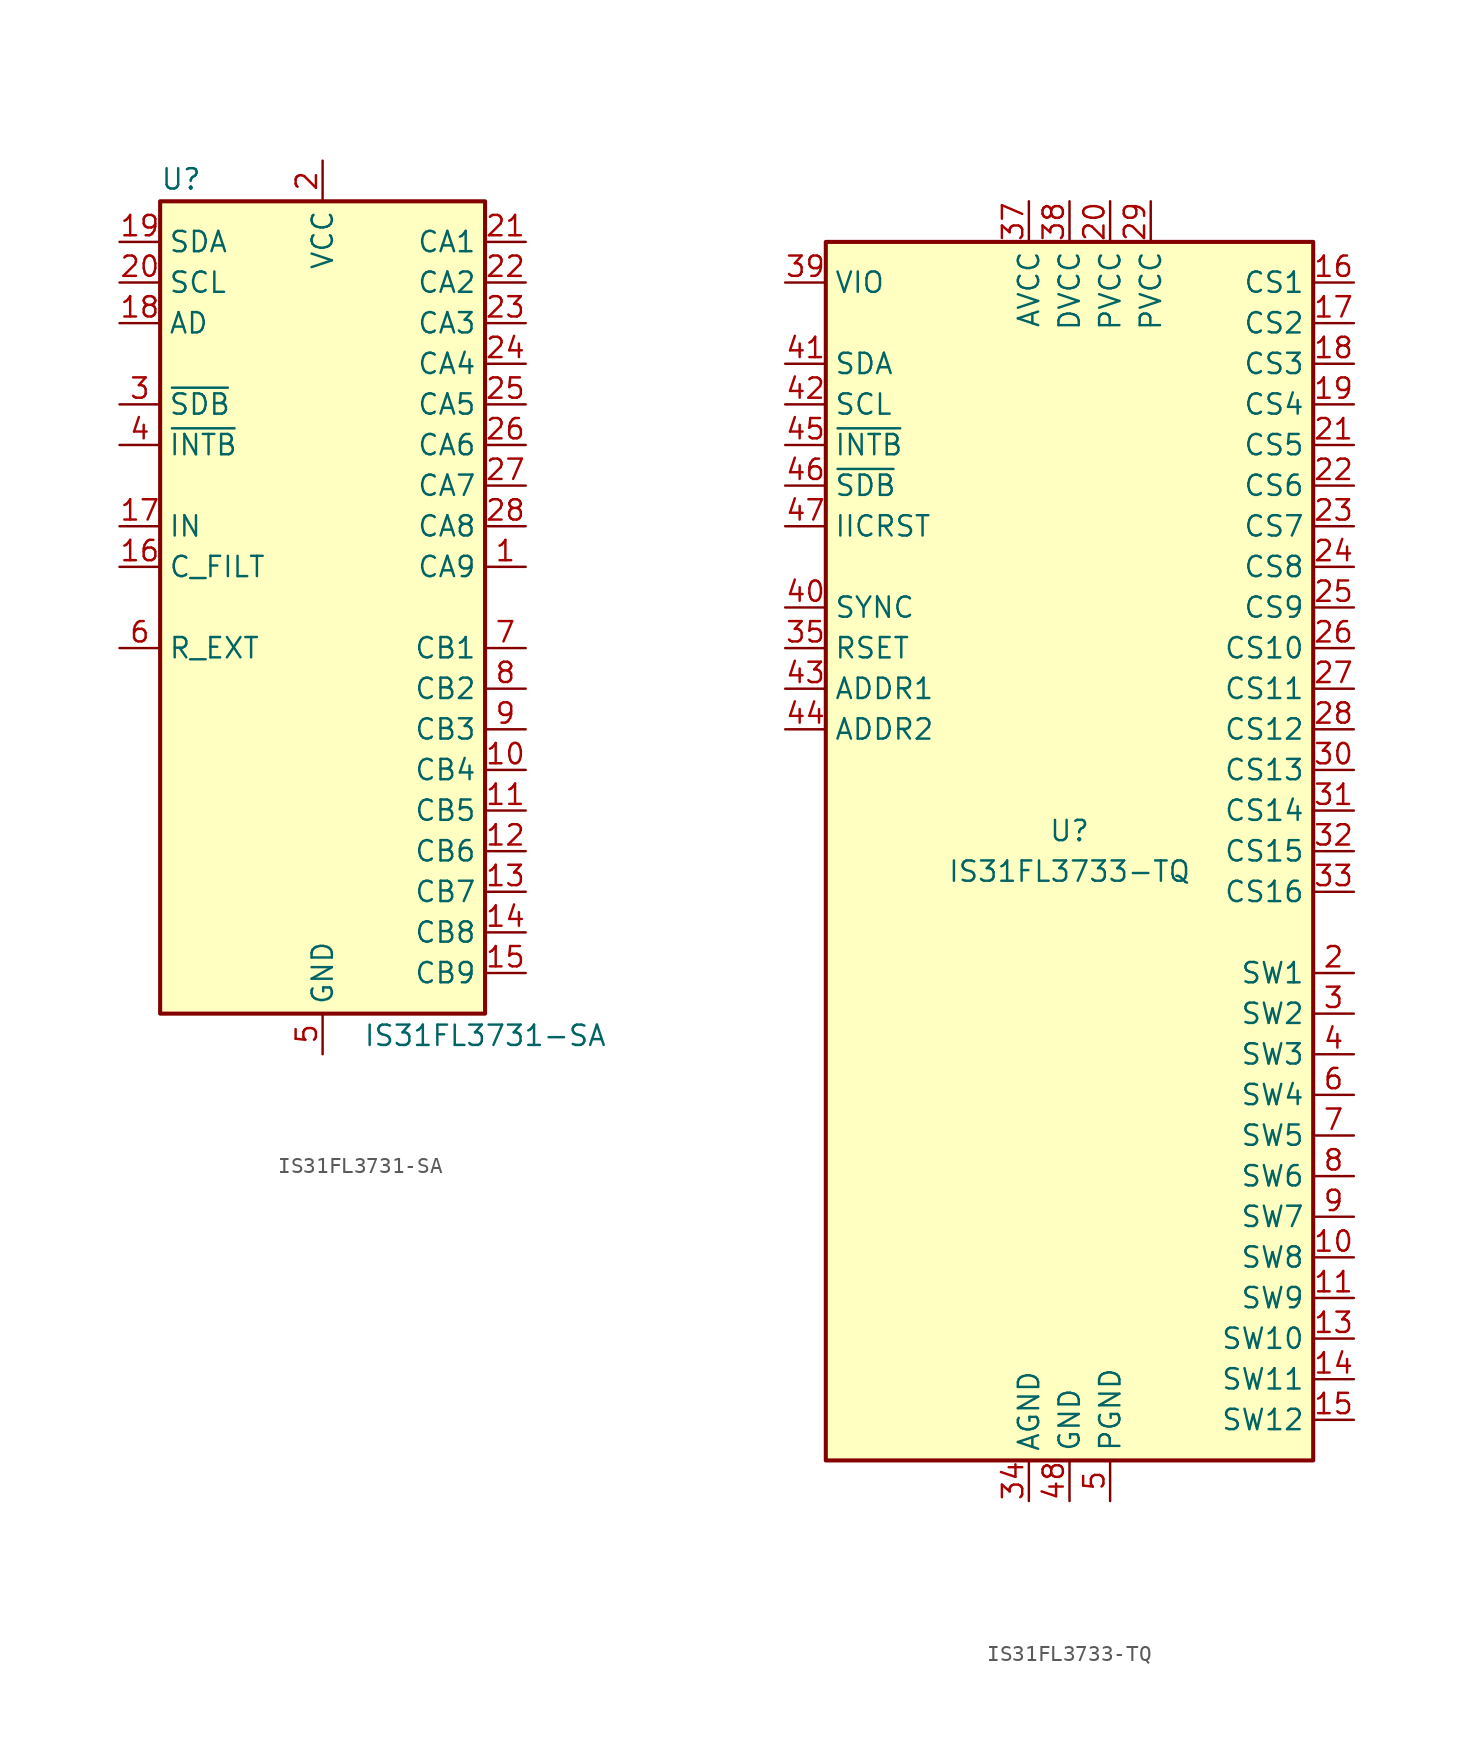
<source format=kicad_sym>
(kicad_symbol_lib
  (version 20211014)
  (generator kicad_symbol_editor)
  (symbol "IS31FL3731-SA"
    (property "Reference" "U"
      (at -10.16 26.035 0)
      (effects (font (size 1.27 1.27)) (justify left bottom)))
    (property "Value" "IS31FL3731-SA"
      (at 2.54 -26.035 0)
      (effects (font (size 1.27 1.27)) (justify left top)))
    (symbol "IS31FL3731-SA_0_1"
      (rectangle (start -10.16 25.4) (end 10.16 -25.4) (stroke (width 0.254) (type default) (color 0 0 0 0)) (fill (type background))))
    (symbol "IS31FL3731-SA_1_1"
      (pin bidirectional line (at 12.7 2.54 180) (length 2.54) (name "CA9" (effects (font (size 1.27 1.27)))) (number "1" (effects (font (size 1.27 1.27)))))
      (pin bidirectional line (at 12.7 -10.16 180) (length 2.54) (name "CB4" (effects (font (size 1.27 1.27)))) (number "10" (effects (font (size 1.27 1.27)))))
      (pin bidirectional line (at 12.7 -12.7 180) (length 2.54) (name "CB5" (effects (font (size 1.27 1.27)))) (number "11" (effects (font (size 1.27 1.27)))))
      (pin bidirectional line (at 12.7 -15.24 180) (length 2.54) (name "CB6" (effects (font (size 1.27 1.27)))) (number "12" (effects (font (size 1.27 1.27)))))
      (pin bidirectional line (at 12.7 -17.78 180) (length 2.54) (name "CB7" (effects (font (size 1.27 1.27)))) (number "13" (effects (font (size 1.27 1.27)))))
      (pin bidirectional line (at 12.7 -20.32 180) (length 2.54) (name "CB8" (effects (font (size 1.27 1.27)))) (number "14" (effects (font (size 1.27 1.27)))))
      (pin bidirectional line (at 12.7 -22.86 180) (length 2.54) (name "CB9" (effects (font (size 1.27 1.27)))) (number "15" (effects (font (size 1.27 1.27)))))
      (pin passive line (at -12.7 2.54 0) (length 2.54) (name "C_FILT" (effects (font (size 1.27 1.27)))) (number "16" (effects (font (size 1.27 1.27)))))
      (pin input line (at -12.7 5.08 0) (length 2.54) (name "IN" (effects (font (size 1.27 1.27)))) (number "17" (effects (font (size 1.27 1.27)))))
      (pin input line (at -12.7 17.78 0) (length 2.54) (name "AD" (effects (font (size 1.27 1.27)))) (number "18" (effects (font (size 1.27 1.27)))))
      (pin bidirectional line (at -12.7 22.86 0) (length 2.54) (name "SDA" (effects (font (size 1.27 1.27)))) (number "19" (effects (font (size 1.27 1.27)))))
      (pin power_in line (at 0 27.94 270) (length 2.54) (name "VCC" (effects (font (size 1.27 1.27)))) (number "2" (effects (font (size 1.27 1.27)))))
      (pin input line (at -12.7 20.32 0) (length 2.54) (name "SCL" (effects (font (size 1.27 1.27)))) (number "20" (effects (font (size 1.27 1.27)))))
      (pin bidirectional line (at 12.7 22.86 180) (length 2.54) (name "CA1" (effects (font (size 1.27 1.27)))) (number "21" (effects (font (size 1.27 1.27)))))
      (pin bidirectional line (at 12.7 20.32 180) (length 2.54) (name "CA2" (effects (font (size 1.27 1.27)))) (number "22" (effects (font (size 1.27 1.27)))))
      (pin bidirectional line (at 12.7 17.78 180) (length 2.54) (name "CA3" (effects (font (size 1.27 1.27)))) (number "23" (effects (font (size 1.27 1.27)))))
      (pin bidirectional line (at 12.7 15.24 180) (length 2.54) (name "CA4" (effects (font (size 1.27 1.27)))) (number "24" (effects (font (size 1.27 1.27)))))
      (pin bidirectional line (at 12.7 12.7 180) (length 2.54) (name "CA5" (effects (font (size 1.27 1.27)))) (number "25" (effects (font (size 1.27 1.27)))))
      (pin bidirectional line (at 12.7 10.16 180) (length 2.54) (name "CA6" (effects (font (size 1.27 1.27)))) (number "26" (effects (font (size 1.27 1.27)))))
      (pin bidirectional line (at 12.7 7.62 180) (length 2.54) (name "CA7" (effects (font (size 1.27 1.27)))) (number "27" (effects (font (size 1.27 1.27)))))
      (pin bidirectional line (at 12.7 5.08 180) (length 2.54) (name "CA8" (effects (font (size 1.27 1.27)))) (number "28" (effects (font (size 1.27 1.27)))))
      (pin input line (at -12.7 12.7 0) (length 2.54) (name "~{SDB}" (effects (font (size 1.27 1.27)))) (number "3" (effects (font (size 1.27 1.27)))))
      (pin open_collector line (at -12.7 10.16 0) (length 2.54) (name "~{INTB}" (effects (font (size 1.27 1.27)))) (number "4" (effects (font (size 1.27 1.27)))))
      (pin power_in line (at 0 -27.94 90) (length 2.54) (name "GND" (effects (font (size 1.27 1.27)))) (number "5" (effects (font (size 1.27 1.27)))))
      (pin passive line (at -12.7 -2.54 0) (length 2.54) (name "R_EXT" (effects (font (size 1.27 1.27)))) (number "6" (effects (font (size 1.27 1.27)))))
      (pin bidirectional line (at 12.7 -2.54 180) (length 2.54) (name "CB1" (effects (font (size 1.27 1.27)))) (number "7" (effects (font (size 1.27 1.27)))))
      (pin bidirectional line (at 12.7 -5.08 180) (length 2.54) (name "CB2" (effects (font (size 1.27 1.27)))) (number "8" (effects (font (size 1.27 1.27)))))
      (pin bidirectional line (at 12.7 -7.62 180) (length 2.54) (name "CB3" (effects (font (size 1.27 1.27)))) (number "9" (effects (font (size 1.27 1.27)))))))
  (symbol "IS31FL3733-TQ"
    (property "Reference" "U"
      (at 0 1.27 0)
      (effects (font (size 1.27 1.27))))
    (property "Value" "IS31FL3733-TQ"
      (at 0 -1.27 0)
      (effects (font (size 1.27 1.27))))
    (symbol "IS31FL3733-TQ_0_1"
      (rectangle (start -15.24 38.1) (end 15.24 -38.1) (stroke (width 0.254) (type default) (color 0 0 0 0)) (fill (type background))))
    (symbol "IS31FL3733-TQ_1_1"
      (pin no_connect line (at -15.24 -33.02 0) (length 2.54) hide (name "NC" (effects (font (size 1.27 1.27)))) (number "1" (effects (font (size 1.27 1.27)))))
      (pin input line (at 17.78 -25.4 180) (length 2.54) (name "SW8" (effects (font (size 1.27 1.27)))) (number "10" (effects (font (size 1.27 1.27)))))
      (pin input line (at 17.78 -27.94 180) (length 2.54) (name "SW9" (effects (font (size 1.27 1.27)))) (number "11" (effects (font (size 1.27 1.27)))))
      (pin passive line (at 2.54 -40.64 90) (length 2.54) hide (name "PGND" (effects (font (size 1.27 1.27)))) (number "12" (effects (font (size 1.27 1.27)))))
      (pin input line (at 17.78 -30.48 180) (length 2.54) (name "SW10" (effects (font (size 1.27 1.27)))) (number "13" (effects (font (size 1.27 1.27)))))
      (pin input line (at 17.78 -33.02 180) (length 2.54) (name "SW11" (effects (font (size 1.27 1.27)))) (number "14" (effects (font (size 1.27 1.27)))))
      (pin input line (at 17.78 -35.56 180) (length 2.54) (name "SW12" (effects (font (size 1.27 1.27)))) (number "15" (effects (font (size 1.27 1.27)))))
      (pin output line (at 17.78 35.56 180) (length 2.54) (name "CS1" (effects (font (size 1.27 1.27)))) (number "16" (effects (font (size 1.27 1.27)))))
      (pin output line (at 17.78 33.02 180) (length 2.54) (name "CS2" (effects (font (size 1.27 1.27)))) (number "17" (effects (font (size 1.27 1.27)))))
      (pin output line (at 17.78 30.48 180) (length 2.54) (name "CS3" (effects (font (size 1.27 1.27)))) (number "18" (effects (font (size 1.27 1.27)))))
      (pin output line (at 17.78 27.94 180) (length 2.54) (name "CS4" (effects (font (size 1.27 1.27)))) (number "19" (effects (font (size 1.27 1.27)))))
      (pin input line (at 17.78 -7.62 180) (length 2.54) (name "SW1" (effects (font (size 1.27 1.27)))) (number "2" (effects (font (size 1.27 1.27)))))
      (pin power_in line (at 2.54 40.64 270) (length 2.54) (name "PVCC" (effects (font (size 1.27 1.27)))) (number "20" (effects (font (size 1.27 1.27)))))
      (pin output line (at 17.78 25.4 180) (length 2.54) (name "CS5" (effects (font (size 1.27 1.27)))) (number "21" (effects (font (size 1.27 1.27)))))
      (pin output line (at 17.78 22.86 180) (length 2.54) (name "CS6" (effects (font (size 1.27 1.27)))) (number "22" (effects (font (size 1.27 1.27)))))
      (pin output line (at 17.78 20.32 180) (length 2.54) (name "CS7" (effects (font (size 1.27 1.27)))) (number "23" (effects (font (size 1.27 1.27)))))
      (pin output line (at 17.78 17.78 180) (length 2.54) (name "CS8" (effects (font (size 1.27 1.27)))) (number "24" (effects (font (size 1.27 1.27)))))
      (pin output line (at 17.78 15.24 180) (length 2.54) (name "CS9" (effects (font (size 1.27 1.27)))) (number "25" (effects (font (size 1.27 1.27)))))
      (pin output line (at 17.78 12.7 180) (length 2.54) (name "CS10" (effects (font (size 1.27 1.27)))) (number "26" (effects (font (size 1.27 1.27)))))
      (pin output line (at 17.78 10.16 180) (length 2.54) (name "CS11" (effects (font (size 1.27 1.27)))) (number "27" (effects (font (size 1.27 1.27)))))
      (pin output line (at 17.78 7.62 180) (length 2.54) (name "CS12" (effects (font (size 1.27 1.27)))) (number "28" (effects (font (size 1.27 1.27)))))
      (pin power_in line (at 5.08 40.64 270) (length 2.54) (name "PVCC" (effects (font (size 1.27 1.27)))) (number "29" (effects (font (size 1.27 1.27)))))
      (pin input line (at 17.78 -10.16 180) (length 2.54) (name "SW2" (effects (font (size 1.27 1.27)))) (number "3" (effects (font (size 1.27 1.27)))))
      (pin output line (at 17.78 5.08 180) (length 2.54) (name "CS13" (effects (font (size 1.27 1.27)))) (number "30" (effects (font (size 1.27 1.27)))))
      (pin output line (at 17.78 2.54 180) (length 2.54) (name "CS14" (effects (font (size 1.27 1.27)))) (number "31" (effects (font (size 1.27 1.27)))))
      (pin output line (at 17.78 0 180) (length 2.54) (name "CS15" (effects (font (size 1.27 1.27)))) (number "32" (effects (font (size 1.27 1.27)))))
      (pin output line (at 17.78 -2.54 180) (length 2.54) (name "CS16" (effects (font (size 1.27 1.27)))) (number "33" (effects (font (size 1.27 1.27)))))
      (pin power_in line (at -2.54 -40.64 90) (length 2.54) (name "AGND" (effects (font (size 1.27 1.27)))) (number "34" (effects (font (size 1.27 1.27)))))
      (pin passive line (at -17.78 12.7 0) (length 2.54) (name "RSET" (effects (font (size 1.27 1.27)))) (number "35" (effects (font (size 1.27 1.27)))))
      (pin no_connect line (at -15.24 -35.56 0) (length 2.54) hide (name "NC" (effects (font (size 1.27 1.27)))) (number "36" (effects (font (size 1.27 1.27)))))
      (pin power_in line (at -2.54 40.64 270) (length 2.54) (name "AVCC" (effects (font (size 1.27 1.27)))) (number "37" (effects (font (size 1.27 1.27)))))
      (pin power_in line (at 0 40.64 270) (length 2.54) (name "DVCC" (effects (font (size 1.27 1.27)))) (number "38" (effects (font (size 1.27 1.27)))))
      (pin input line (at -17.78 35.56 0) (length 2.54) (name "VIO" (effects (font (size 1.27 1.27)))) (number "39" (effects (font (size 1.27 1.27)))))
      (pin input line (at 17.78 -12.7 180) (length 2.54) (name "SW3" (effects (font (size 1.27 1.27)))) (number "4" (effects (font (size 1.27 1.27)))))
      (pin input line (at -17.78 15.24 0) (length 2.54) (name "SYNC" (effects (font (size 1.27 1.27)))) (number "40" (effects (font (size 1.27 1.27)))))
      (pin bidirectional line (at -17.78 30.48 0) (length 2.54) (name "SDA" (effects (font (size 1.27 1.27)))) (number "41" (effects (font (size 1.27 1.27)))))
      (pin input line (at -17.78 27.94 0) (length 2.54) (name "SCL" (effects (font (size 1.27 1.27)))) (number "42" (effects (font (size 1.27 1.27)))))
      (pin input line (at -17.78 10.16 0) (length 2.54) (name "ADDR1" (effects (font (size 1.27 1.27)))) (number "43" (effects (font (size 1.27 1.27)))))
      (pin input line (at -17.78 7.62 0) (length 2.54) (name "ADDR2" (effects (font (size 1.27 1.27)))) (number "44" (effects (font (size 1.27 1.27)))))
      (pin open_collector line (at -17.78 25.4 0) (length 2.54) (name "~{INTB}" (effects (font (size 1.27 1.27)))) (number "45" (effects (font (size 1.27 1.27)))))
      (pin input line (at -17.78 22.86 0) (length 2.54) (name "~{SDB}" (effects (font (size 1.27 1.27)))) (number "46" (effects (font (size 1.27 1.27)))))
      (pin input line (at -17.78 20.32 0) (length 2.54) (name "IICRST" (effects (font (size 1.27 1.27)))) (number "47" (effects (font (size 1.27 1.27)))))
      (pin power_in line (at 0 -40.64 90) (length 2.54) (name "GND" (effects (font (size 1.27 1.27)))) (number "48" (effects (font (size 1.27 1.27)))))
      (pin passive line (at 0 -40.64 90) (length 2.54) hide (name "GND" (effects (font (size 1.27 1.27)))) (number "49" (effects (font (size 1.27 1.27)))))
      (pin power_in line (at 2.54 -40.64 90) (length 2.54) (name "PGND" (effects (font (size 1.27 1.27)))) (number "5" (effects (font (size 1.27 1.27)))))
      (pin input line (at 17.78 -15.24 180) (length 2.54) (name "SW4" (effects (font (size 1.27 1.27)))) (number "6" (effects (font (size 1.27 1.27)))))
      (pin input line (at 17.78 -17.78 180) (length 2.54) (name "SW5" (effects (font (size 1.27 1.27)))) (number "7" (effects (font (size 1.27 1.27)))))
      (pin input line (at 17.78 -20.32 180) (length 2.54) (name "SW6" (effects (font (size 1.27 1.27)))) (number "8" (effects (font (size 1.27 1.27)))))
      (pin input line (at 17.78 -22.86 180) (length 2.54) (name "SW7" (effects (font (size 1.27 1.27)))) (number "9" (effects (font (size 1.27 1.27))))))))
</source>
